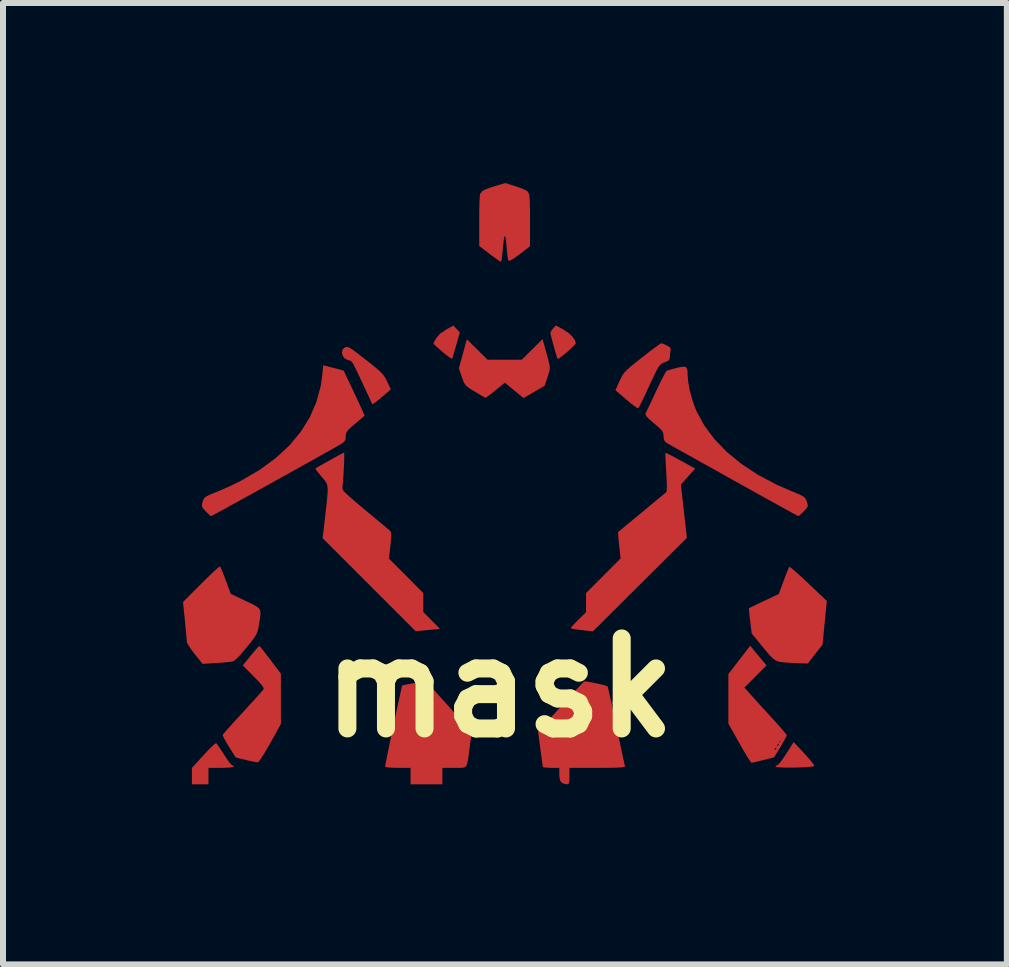
<source format=kicad_pcb>
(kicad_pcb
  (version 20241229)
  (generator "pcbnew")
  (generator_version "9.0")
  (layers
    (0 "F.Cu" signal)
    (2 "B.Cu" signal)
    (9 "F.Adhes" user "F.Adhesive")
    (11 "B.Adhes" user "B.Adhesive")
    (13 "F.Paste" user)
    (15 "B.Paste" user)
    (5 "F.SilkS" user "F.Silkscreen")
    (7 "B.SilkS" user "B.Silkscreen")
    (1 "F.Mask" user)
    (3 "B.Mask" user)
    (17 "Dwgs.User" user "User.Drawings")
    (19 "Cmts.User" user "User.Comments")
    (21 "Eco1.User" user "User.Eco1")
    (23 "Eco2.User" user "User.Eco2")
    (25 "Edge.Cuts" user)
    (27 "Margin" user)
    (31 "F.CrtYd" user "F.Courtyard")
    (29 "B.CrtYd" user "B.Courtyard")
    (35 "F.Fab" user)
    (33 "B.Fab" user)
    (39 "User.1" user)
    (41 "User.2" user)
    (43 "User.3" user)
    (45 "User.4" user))
  (footprint "mask"
    (layer "F.Cu")
    (at 5.275 8.411)
    (property "Reference" "mask" (at 0 0 0) (layer "F.SilkS") (effects (font (size 1.5 1.5) (thickness 0.3))))
    (attr board_only exclude_from_pos_files exclude_from_bom)
    (fp_poly (pts (xy -0.715 -5.978) (xy -0.662 -5.921) (xy -0.722 -5.711) (xy -0.748 -5.622) (xy -0.769 -5.548) (xy -0.784 -5.498) (xy -0.789 -5.483) (xy -0.806 -5.487) (xy -0.848 -5.515) (xy -0.908 -5.561) (xy -0.948 -5.594) (xy -1.014 -5.651) (xy -1.066 -5.698) (xy -1.097 -5.728) (xy -1.102 -5.735) (xy -1.092 -5.759) (xy -1.068 -5.804) (xy -1.058 -5.823) (xy -0.994 -5.898) (xy -0.892 -5.968) (xy -0.769 -6.036)) (stroke (width 0) (type solid)) (fill yes) (layer "F.Cu"))
    (fp_poly (pts (xy 5.077 1.093) (xy 5.144 1.167) (xy 5.198 1.232) (xy 5.234 1.279) (xy 5.246 1.303) (xy 5.246 1.303) (xy 5.224 1.311) (xy 5.169 1.319) (xy 5.09 1.324) (xy 4.995 1.328) (xy 4.894 1.331) (xy 4.796 1.331) (xy 4.709 1.329) (xy 4.641 1.325) (xy 4.603 1.318) (xy 4.597 1.314) (xy 4.614 1.294) (xy 4.627 1.292) (xy 4.65 1.275) (xy 4.688 1.229) (xy 4.737 1.162) (xy 4.779 1.098) (xy 4.901 0.905)) (stroke (width 0) (type solid)) (fill yes) (layer "F.Cu"))
    (fp_poly (pts (xy 1.062 -5.971) (xy 1.142 -5.918) (xy 1.21 -5.856) (xy 1.255 -5.793) (xy 1.271 -5.742) (xy 1.257 -5.72) (xy 1.219 -5.68) (xy 1.166 -5.631) (xy 1.107 -5.579) (xy 1.049 -5.532) (xy 1.002 -5.497) (xy 0.973 -5.48) (xy 0.968 -5.481) (xy 0.957 -5.51) (xy 0.938 -5.57) (xy 0.916 -5.647) (xy 0.892 -5.731) (xy 0.871 -5.81) (xy 0.855 -5.874) (xy 0.848 -5.91) (xy 0.847 -5.913) (xy 0.861 -5.946) (xy 0.893 -5.988) (xy 0.939 -6.037)) (stroke (width 0) (type solid)) (fill yes) (layer "F.Cu"))
    (fp_poly (pts (xy -4.705 0.944) (xy -4.671 0.993) (xy -4.625 1.062) (xy -4.593 1.112) (xy -4.543 1.188) (xy -4.499 1.248) (xy -4.466 1.285) (xy -4.454 1.292) (xy -4.429 1.306) (xy -4.428 1.313) (xy -4.448 1.323) (xy -4.504 1.33) (xy -4.59 1.334) (xy -4.639 1.335) (xy -4.851 1.335) (xy -4.851 1.472) (xy -4.851 1.61) (xy -4.989 1.61) (xy -5.127 1.61) (xy -5.127 1.473) (xy -5.127 1.336) (xy -4.933 1.124) (xy -4.861 1.047) (xy -4.799 0.985) (xy -4.751 0.941) (xy -4.725 0.923) (xy -4.723 0.923)) (stroke (width 0) (type solid)) (fill yes) (layer "F.Cu"))
    (fp_poly (pts (xy -2.53 -5.678) (xy -2.498 -5.665) (xy -2.453 -5.637) (xy -2.39 -5.591) (xy -2.302 -5.523) (xy -2.23 -5.467) (xy -2.123 -5.382) (xy -2.043 -5.316) (xy -1.985 -5.264) (xy -1.944 -5.22) (xy -1.913 -5.178) (xy -1.887 -5.131) (xy -1.875 -5.106) (xy -1.812 -4.974) (xy -1.907 -4.891) (xy -1.97 -4.837) (xy -2.031 -4.787) (xy -2.06 -4.764) (xy -2.119 -4.721) (xy -2.203 -4.903) (xy -2.277 -5.061) (xy -2.335 -5.185) (xy -2.38 -5.28) (xy -2.414 -5.348) (xy -2.439 -5.396) (xy -2.458 -5.426) (xy -2.474 -5.443) (xy -2.489 -5.452) (xy -2.505 -5.455) (xy -2.522 -5.458) (xy -2.578 -5.486) (xy -2.614 -5.533) (xy -2.627 -5.589) (xy -2.613 -5.641) (xy -2.575 -5.673) (xy -2.554 -5.68)) (stroke (width 0) (type solid)) (fill yes) (layer "F.Cu"))
    (fp_poly (pts (xy 0.748 -5.696) (xy 0.785 -5.567) (xy 0.811 -5.472) (xy 0.828 -5.402) (xy 0.836 -5.35) (xy 0.836 -5.309) (xy 0.829 -5.269) (xy 0.815 -5.225) (xy 0.801 -5.181) (xy 0.752 -5.034) (xy 0.576 -4.93) (xy 0.4 -4.827) (xy 0.244 -4.955) (xy 0.088 -5.084) (xy -0.067 -4.957) (xy -0.135 -4.902) (xy -0.191 -4.86) (xy -0.225 -4.835) (xy -0.233 -4.832) (xy -0.255 -4.842) (xy -0.304 -4.87) (xy -0.372 -4.911) (xy -0.412 -4.935) (xy -0.491 -4.983) (xy -0.543 -5.02) (xy -0.576 -5.055) (xy -0.6 -5.099) (xy -0.622 -5.161) (xy -0.629 -5.18) (xy -0.678 -5.325) (xy -0.611 -5.566) (xy -0.545 -5.808) (xy -0.372 -5.637) (xy -0.2 -5.466) (xy 0.085 -5.466) (xy 0.37 -5.466) (xy 0.543 -5.638) (xy 0.716 -5.81)) (stroke (width 0) (type solid)) (fill yes) (layer "F.Cu"))
    (fp_poly (pts (xy 4.846 -2.007) (xy 4.89 -1.972) (xy 4.955 -1.915) (xy 5.036 -1.842) (xy 5.128 -1.756) (xy 5.147 -1.738) (xy 5.454 -1.446) (xy 5.418 -1.083) (xy 5.383 -0.719) (xy 5.26 -0.562) (xy 5.137 -0.404) (xy 5.021 -0.407) (xy 4.932 -0.41) (xy 4.843 -0.415) (xy 4.809 -0.417) (xy 4.723 -0.424) (xy 4.658 -0.434) (xy 4.607 -0.452) (xy 4.56 -0.483) (xy 4.509 -0.533) (xy 4.446 -0.606) (xy 4.389 -0.676) (xy 4.202 -0.904) (xy 4.177 -1.112) (xy 4.166 -1.2) (xy 4.159 -1.271) (xy 4.156 -1.315) (xy 4.157 -1.325) (xy 4.177 -1.336) (xy 4.229 -1.361) (xy 4.303 -1.397) (xy 4.394 -1.44) (xy 4.408 -1.446) (xy 4.653 -1.562) (xy 4.734 -1.782) (xy 4.768 -1.872) (xy 4.798 -1.947) (xy 4.819 -1.998) (xy 4.828 -2.016)) (stroke (width 0) (type solid)) (fill yes) (layer "F.Cu"))
    (fp_poly (pts (xy 2.722 -5.733) (xy 2.771 -5.712) (xy 2.786 -5.705) (xy 2.836 -5.675) (xy 2.853 -5.646) (xy 2.851 -5.625) (xy 2.842 -5.572) (xy 2.839 -5.518) (xy 2.833 -5.475) (xy 2.81 -5.448) (xy 2.757 -5.425) (xy 2.751 -5.423) (xy 2.719 -5.411) (xy 2.694 -5.396) (xy 2.67 -5.373) (xy 2.644 -5.336) (xy 2.613 -5.28) (xy 2.574 -5.199) (xy 2.521 -5.087) (xy 2.495 -5.031) (xy 2.442 -4.917) (xy 2.394 -4.816) (xy 2.354 -4.735) (xy 2.326 -4.68) (xy 2.313 -4.657) (xy 2.313 -4.657) (xy 2.292 -4.664) (xy 2.247 -4.694) (xy 2.183 -4.743) (xy 2.115 -4.8) (xy 1.931 -4.958) (xy 2 -5.111) (xy 2.026 -5.167) (xy 2.051 -5.212) (xy 2.08 -5.252) (xy 2.12 -5.294) (xy 2.175 -5.344) (xy 2.252 -5.407) (xy 2.356 -5.489) (xy 2.373 -5.503) (xy 2.471 -5.579) (xy 2.557 -5.645) (xy 2.627 -5.696) (xy 2.674 -5.73) (xy 2.693 -5.741)) (stroke (width 0) (type solid)) (fill yes) (layer "F.Cu"))
    (fp_poly (pts (xy -3.988 -0.681) (xy -3.952 -0.637) (xy -3.9 -0.571) (xy -3.838 -0.49) (xy -3.818 -0.465) (xy -3.644 -0.233) (xy -3.644 0.185) (xy -3.644 0.604) (xy -3.82 0.922) (xy -3.88 1.026) (xy -3.935 1.116) (xy -3.98 1.187) (xy -4.013 1.23) (xy -4.027 1.242) (xy -4.06 1.239) (xy -4.123 1.227) (xy -4.203 1.21) (xy -4.227 1.204) (xy -4.397 1.162) (xy -4.509 0.984) (xy -4.556 0.906) (xy -4.592 0.842) (xy -4.612 0.798) (xy -4.615 0.786) (xy -4.599 0.765) (xy -4.558 0.718) (xy -4.497 0.65) (xy -4.42 0.564) (xy -4.33 0.466) (xy -4.278 0.41) (xy -4.183 0.306) (xy -4.097 0.212) (xy -4.025 0.132) (xy -3.97 0.07) (xy -3.938 0.033) (xy -3.931 0.024) (xy -3.935 -0.001) (xy -3.965 -0.046) (xy -4.024 -0.113) (xy -4.097 -0.188) (xy -4.279 -0.372) (xy -4.147 -0.534) (xy -4.09 -0.603) (xy -4.043 -0.657) (xy -4.012 -0.69) (xy -4.004 -0.697)) (stroke (width 0) (type solid)) (fill yes) (layer "F.Cu"))
    (fp_poly (pts (xy -4.646 -2) (xy -4.623 -1.946) (xy -4.592 -1.868) (xy -4.562 -1.789) (xy -4.48 -1.565) (xy -4.232 -1.446) (xy -4.126 -1.397) (xy -4.054 -1.358) (xy -4.009 -1.323) (xy -3.987 -1.281) (xy -3.984 -1.225) (xy -3.994 -1.146) (xy -4.01 -1.045) (xy -4.022 -0.981) (xy -4.036 -0.93) (xy -4.057 -0.883) (xy -4.09 -0.83) (xy -4.141 -0.763) (xy -4.213 -0.673) (xy -4.216 -0.67) (xy -4.309 -0.559) (xy -4.382 -0.483) (xy -4.433 -0.443) (xy -4.449 -0.437) (xy -4.492 -0.431) (xy -4.565 -0.424) (xy -4.658 -0.416) (xy -4.726 -0.412) (xy -4.95 -0.398) (xy -5.081 -0.562) (xy -5.136 -0.635) (xy -5.18 -0.699) (xy -5.207 -0.745) (xy -5.211 -0.76) (xy -5.213 -0.792) (xy -5.219 -0.859) (xy -5.228 -0.95) (xy -5.238 -1.059) (xy -5.243 -1.112) (xy -5.275 -1.429) (xy -4.975 -1.73) (xy -4.883 -1.821) (xy -4.801 -1.9) (xy -4.733 -1.963) (xy -4.685 -2.005) (xy -4.661 -2.022) (xy -4.659 -2.022)) (stroke (width 0) (type solid)) (fill yes) (layer "F.Cu"))
    (fp_poly (pts (xy 0.286 -8.35) (xy 0.37 -8.321) (xy 0.433 -8.294) (xy 0.468 -8.272) (xy 0.471 -8.265) (xy 0.48 -8.242) (xy 0.487 -8.241) (xy 0.495 -8.22) (xy 0.501 -8.159) (xy 0.505 -8.061) (xy 0.508 -7.927) (xy 0.508 -7.799) (xy 0.508 -7.358) (xy 0.336 -7.225) (xy 0.249 -7.162) (xy 0.19 -7.125) (xy 0.157 -7.114) (xy 0.147 -7.119) (xy 0.139 -7.151) (xy 0.13 -7.214) (xy 0.121 -7.298) (xy 0.116 -7.359) (xy 0.107 -7.458) (xy 0.097 -7.515) (xy 0.087 -7.53) (xy 0.076 -7.502) (xy 0.066 -7.433) (xy 0.055 -7.322) (xy 0.052 -7.291) (xy 0.044 -7.206) (xy 0.035 -7.14) (xy 0.027 -7.102) (xy 0.023 -7.097) (xy 0.002 -7.109) (xy -0.046 -7.141) (xy -0.111 -7.189) (xy -0.165 -7.229) (xy -0.339 -7.362) (xy -0.339 -7.801) (xy -0.338 -7.961) (xy -0.335 -8.086) (xy -0.33 -8.176) (xy -0.324 -8.228) (xy -0.318 -8.241) (xy -0.298 -8.257) (xy -0.296 -8.267) (xy -0.277 -8.285) (xy -0.225 -8.309) (xy -0.148 -8.337) (xy -0.1 -8.352) (xy 0.095 -8.411)) (stroke (width 0) (type solid)) (fill yes) (layer "F.Cu"))
    (fp_poly (pts (xy 2.784 -3.908) (xy 2.834 -3.884) (xy 2.907 -3.846) (xy 2.995 -3.798) (xy 3.016 -3.787) (xy 3.26 -3.652) (xy 3.141 -3.519) (xy 3.022 -3.385) (xy 3.072 -2.941) (xy 3.122 -2.497) (xy 2.339 -1.719) (xy 1.557 -0.94) (xy 1.372 -0.96) (xy 1.289 -0.97) (xy 1.226 -0.981) (xy 1.19 -0.99) (xy 1.186 -0.994) (xy 1.2 -1.014) (xy 1.238 -1.056) (xy 1.292 -1.112) (xy 1.313 -1.133) (xy 1.441 -1.259) (xy 1.441 -1.418) (xy 1.441 -1.578) (xy 1.729 -1.866) (xy 2.017 -2.155) (xy 1.993 -2.373) (xy 1.984 -2.464) (xy 1.978 -2.537) (xy 1.975 -2.583) (xy 1.975 -2.595) (xy 1.992 -2.609) (xy 2.036 -2.645) (xy 2.102 -2.7) (xy 2.185 -2.768) (xy 2.278 -2.845) (xy 2.377 -2.927) (xy 2.476 -3.009) (xy 2.569 -3.086) (xy 2.652 -3.155) (xy 2.719 -3.21) (xy 2.764 -3.248) (xy 2.782 -3.263) (xy 2.786 -3.288) (xy 2.788 -3.348) (xy 2.786 -3.434) (xy 2.781 -3.539) (xy 2.778 -3.593) (xy 2.771 -3.703) (xy 2.766 -3.798) (xy 2.763 -3.869) (xy 2.763 -3.909) (xy 2.764 -3.915)) (stroke (width 0) (type solid)) (fill yes) (layer "F.Cu"))
    (fp_poly (pts (xy -1.226 -0.097) (xy -1.204 -0.087) (xy -1.199 -0.082) (xy -1.177 -0.058) (xy -1.132 -0.007) (xy -1.068 0.064) (xy -0.99 0.152) (xy -0.902 0.25) (xy -0.879 0.275) (xy -0.787 0.379) (xy -0.7 0.475) (xy -0.625 0.559) (xy -0.566 0.625) (xy -0.529 0.665) (xy -0.525 0.67) (xy -0.464 0.735) (xy -0.497 0.987) (xy -0.514 1.116) (xy -0.526 1.208) (xy -0.54 1.27) (xy -0.558 1.308) (xy -0.586 1.328) (xy -0.627 1.335) (xy -0.685 1.335) (xy -0.752 1.335) (xy -0.953 1.335) (xy -0.953 1.472) (xy -0.953 1.61) (xy -1.218 1.61) (xy -1.483 1.61) (xy -1.483 1.472) (xy -1.483 1.335) (xy -1.695 1.335) (xy -1.805 1.332) (xy -1.874 1.326) (xy -1.905 1.315) (xy -1.907 1.31) (xy -1.902 1.284) (xy -1.891 1.223) (xy -1.873 1.133) (xy -1.85 1.02) (xy -1.823 0.89) (xy -1.794 0.75) (xy -1.763 0.605) (xy -1.733 0.462) (xy -1.704 0.326) (xy -1.677 0.203) (xy -1.654 0.099) (xy -1.637 0.021) (xy -1.626 -0.026) (xy -1.622 -0.037) (xy -1.6 -0.043) (xy -1.545 -0.055) (xy -1.468 -0.069) (xy -1.42 -0.077) (xy -1.325 -0.093) (xy -1.264 -0.099)) (stroke (width 0) (type solid)) (fill yes) (layer "F.Cu"))
    (fp_poly (pts (xy 1.461 -0.102) (xy 1.53 -0.09) (xy 1.609 -0.074) (xy 1.687 -0.057) (xy 1.752 -0.04) (xy 1.793 -0.026) (xy 1.801 -0.021) (xy 1.808 0.005) (xy 1.823 0.066) (xy 1.844 0.159) (xy 1.87 0.278) (xy 1.9 0.417) (xy 1.933 0.571) (xy 1.947 0.64) (xy 1.981 0.8) (xy 2.012 0.947) (xy 2.039 1.076) (xy 2.062 1.181) (xy 2.079 1.258) (xy 2.089 1.3) (xy 2.091 1.307) (xy 2.087 1.316) (xy 2.064 1.323) (xy 2.019 1.328) (xy 1.945 1.332) (xy 1.84 1.334) (xy 1.698 1.335) (xy 1.633 1.335) (xy 1.165 1.335) (xy 1.165 1.472) (xy 1.164 1.546) (xy 1.159 1.588) (xy 1.145 1.606) (xy 1.121 1.609) (xy 1.117 1.609) (xy 1.061 1.596) (xy 1.033 1.581) (xy 1.008 1.545) (xy 0.997 1.483) (xy 0.996 1.443) (xy 0.996 1.335) (xy 0.858 1.335) (xy 0.788 1.332) (xy 0.738 1.327) (xy 0.72 1.319) (xy 0.717 1.293) (xy 0.709 1.233) (xy 0.698 1.148) (xy 0.684 1.046) (xy 0.68 1.019) (xy 0.642 0.734) (xy 1.021 0.314) (xy 1.122 0.203) (xy 1.214 0.102) (xy 1.293 0.017) (xy 1.355 -0.049) (xy 1.397 -0.091) (xy 1.415 -0.106)) (stroke (width 0) (type solid)) (fill yes) (layer "F.Cu"))
    (fp_poly (pts (xy -2.588 -3.9) (xy -2.588 -3.847) (xy -2.59 -3.771) (xy -2.594 -3.68) (xy -2.599 -3.584) (xy -2.605 -3.492) (xy -2.611 -3.413) (xy -2.617 -3.357) (xy -2.619 -3.344) (xy -2.62 -3.324) (xy -2.613 -3.302) (xy -2.594 -3.274) (xy -2.559 -3.238) (xy -2.505 -3.188) (xy -2.428 -3.121) (xy -2.324 -3.033) (xy -2.242 -2.964) (xy -2.131 -2.872) (xy -2.03 -2.788) (xy -1.944 -2.716) (xy -1.877 -2.66) (xy -1.835 -2.625) (xy -1.824 -2.615) (xy -1.811 -2.596) (xy -1.805 -2.563) (xy -1.806 -2.51) (xy -1.813 -2.427) (xy -1.819 -2.369) (xy -1.844 -2.152) (xy -1.557 -1.865) (xy -1.271 -1.578) (xy -1.271 -1.42) (xy -1.271 -1.262) (xy -1.132 -1.122) (xy -0.993 -0.981) (xy -1.196 -0.962) (xy -1.398 -0.942) (xy -2.173 -1.717) (xy -2.948 -2.492) (xy -2.904 -2.878) (xy -2.886 -3.035) (xy -2.873 -3.156) (xy -2.865 -3.248) (xy -2.864 -3.316) (xy -2.87 -3.367) (xy -2.883 -3.407) (xy -2.904 -3.442) (xy -2.934 -3.48) (xy -2.969 -3.52) (xy -3.019 -3.58) (xy -3.054 -3.626) (xy -3.069 -3.652) (xy -3.069 -3.654) (xy -3.047 -3.668) (xy -2.997 -3.697) (xy -2.928 -3.736) (xy -2.849 -3.78) (xy -2.767 -3.826) (xy -2.692 -3.867) (xy -2.632 -3.899) (xy -2.597 -3.917) (xy -2.591 -3.919)) (stroke (width 0) (type solid)) (fill yes) (layer "F.Cu"))
    (fp_poly (pts (xy -2.769 -5.33) (xy -2.598 -5.285) (xy -2.473 -5.021) (xy -2.421 -4.912) (xy -2.372 -4.807) (xy -2.33 -4.716) (xy -2.3 -4.65) (xy -2.297 -4.645) (xy -2.248 -4.534) (xy -2.405 -4.401) (xy -2.478 -4.338) (xy -2.525 -4.293) (xy -2.55 -4.257) (xy -2.561 -4.223) (xy -2.563 -4.189) (xy -2.567 -4.137) (xy -2.587 -4.102) (xy -2.632 -4.068) (xy -2.653 -4.055) (xy -2.702 -4.027) (xy -2.779 -3.983) (xy -2.883 -3.924) (xy -3.008 -3.854) (xy -3.151 -3.774) (xy -3.308 -3.687) (xy -3.474 -3.594) (xy -3.646 -3.499) (xy -3.82 -3.402) (xy -3.991 -3.307) (xy -4.157 -3.215) (xy -4.312 -3.13) (xy -4.453 -3.052) (xy -4.576 -2.984) (xy -4.677 -2.929) (xy -4.751 -2.889) (xy -4.796 -2.865) (xy -4.807 -2.86) (xy -4.829 -2.874) (xy -4.868 -2.91) (xy -4.897 -2.939) (xy -4.94 -2.988) (xy -4.959 -3.023) (xy -4.958 -3.061) (xy -4.948 -3.1) (xy -4.935 -3.137) (xy -4.916 -3.165) (xy -4.884 -3.19) (xy -4.831 -3.216) (xy -4.748 -3.25) (xy -4.723 -3.26) (xy -4.618 -3.304) (xy -4.493 -3.36) (xy -4.368 -3.42) (xy -4.294 -3.458) (xy -3.993 -3.634) (xy -3.73 -3.827) (xy -3.503 -4.037) (xy -3.314 -4.264) (xy -3.163 -4.506) (xy -3.052 -4.762) (xy -2.979 -5.033) (xy -2.953 -5.219) (xy -2.939 -5.374)) (stroke (width 0) (type solid)) (fill yes) (layer "F.Cu"))
    (fp_poly (pts (xy 4.313 -0.536) (xy 4.449 -0.372) (xy 4.265 -0.187) (xy 4.081 -0.002) (xy 4.2 0.131) (xy 4.258 0.195) (xy 4.335 0.281) (xy 4.424 0.378) (xy 4.516 0.479) (xy 4.553 0.519) (xy 4.632 0.606) (xy 4.699 0.682) (xy 4.75 0.742) (xy 4.781 0.78) (xy 4.787 0.791) (xy 4.777 0.816) (xy 4.749 0.869) (xy 4.709 0.939) (xy 4.682 0.985) (xy 4.576 1.16) (xy 4.397 1.205) (xy 4.314 1.225) (xy 4.246 1.241) (xy 4.205 1.249) (xy 4.198 1.25) (xy 4.182 1.232) (xy 4.149 1.183) (xy 4.103 1.109) (xy 4.061 1.037) (xy 4.581 1.037) (xy 4.584 1.038) (xy 4.603 1.023) (xy 4.608 1.017) (xy 4.613 0.997) (xy 4.61 0.996) (xy 4.591 1.011) (xy 4.586 1.017) (xy 4.581 1.037) (xy 4.061 1.037) (xy 4.048 1.016) (xy 4.024 0.973) (xy 4.623 0.973) (xy 4.626 0.974) (xy 4.646 0.96) (xy 4.65 0.953) (xy 4.655 0.933) (xy 4.652 0.932) (xy 4.633 0.947) (xy 4.629 0.953) (xy 4.623 0.973) (xy 4.024 0.973) (xy 3.996 0.923) (xy 3.983 0.9) (xy 4.661 0.9) (xy 4.671 0.911) (xy 4.682 0.9) (xy 4.671 0.89) (xy 4.661 0.9) (xy 3.983 0.9) (xy 3.813 0.597) (xy 3.813 0.184) (xy 3.813 -0.228) (xy 3.995 -0.464) (xy 4.176 -0.7)) (stroke (width 0) (type solid)) (fill yes) (layer "F.Cu"))
    (fp_poly (pts (xy 3.121 -5.326) (xy 3.133 -5.275) (xy 3.135 -5.201) (xy 3.144 -5.092) (xy 3.169 -4.96) (xy 3.206 -4.819) (xy 3.251 -4.684) (xy 3.283 -4.606) (xy 3.414 -4.367) (xy 3.583 -4.141) (xy 3.79 -3.927) (xy 4.032 -3.729) (xy 4.306 -3.549) (xy 4.61 -3.387) (xy 4.85 -3.282) (xy 4.951 -3.241) (xy 5.021 -3.21) (xy 5.065 -3.185) (xy 5.092 -3.16) (xy 5.109 -3.132) (xy 5.12 -3.103) (xy 5.135 -3.054) (xy 5.134 -3.02) (xy 5.113 -2.986) (xy 5.07 -2.941) (xy 5.024 -2.895) (xy 4.99 -2.866) (xy 4.979 -2.86) (xy 4.959 -2.87) (xy 4.905 -2.899) (xy 4.821 -2.945) (xy 4.71 -3.006) (xy 4.575 -3.081) (xy 4.419 -3.167) (xy 4.246 -3.263) (xy 4.059 -3.367) (xy 3.887 -3.463) (xy 3.69 -3.573) (xy 3.503 -3.678) (xy 3.329 -3.774) (xy 3.173 -3.862) (xy 3.038 -3.937) (xy 2.926 -4) (xy 2.842 -4.047) (xy 2.789 -4.077) (xy 2.77 -4.088) (xy 2.741 -4.129) (xy 2.733 -4.192) (xy 2.73 -4.232) (xy 2.719 -4.265) (xy 2.692 -4.301) (xy 2.644 -4.346) (xy 2.574 -4.406) (xy 2.499 -4.471) (xy 2.453 -4.517) (xy 2.433 -4.549) (xy 2.434 -4.572) (xy 2.434 -4.573) (xy 2.449 -4.603) (xy 2.478 -4.664) (xy 2.519 -4.75) (xy 2.567 -4.852) (xy 2.606 -4.936) (xy 2.657 -5.045) (xy 2.705 -5.14) (xy 2.744 -5.216) (xy 2.771 -5.264) (xy 2.782 -5.279) (xy 2.814 -5.291) (xy 2.873 -5.309) (xy 2.949 -5.329) (xy 2.952 -5.33) (xy 3.038 -5.348) (xy 3.092 -5.349)) (stroke (width 0) (type solid)) (fill yes) (layer "F.Cu")))
  (gr_rect
    (start -3 -3)
    (end 13.729 13.021)
    (stroke (width 0.1) (type default))
    (fill no)
    (layer "Edge.Cuts")))
</source>
